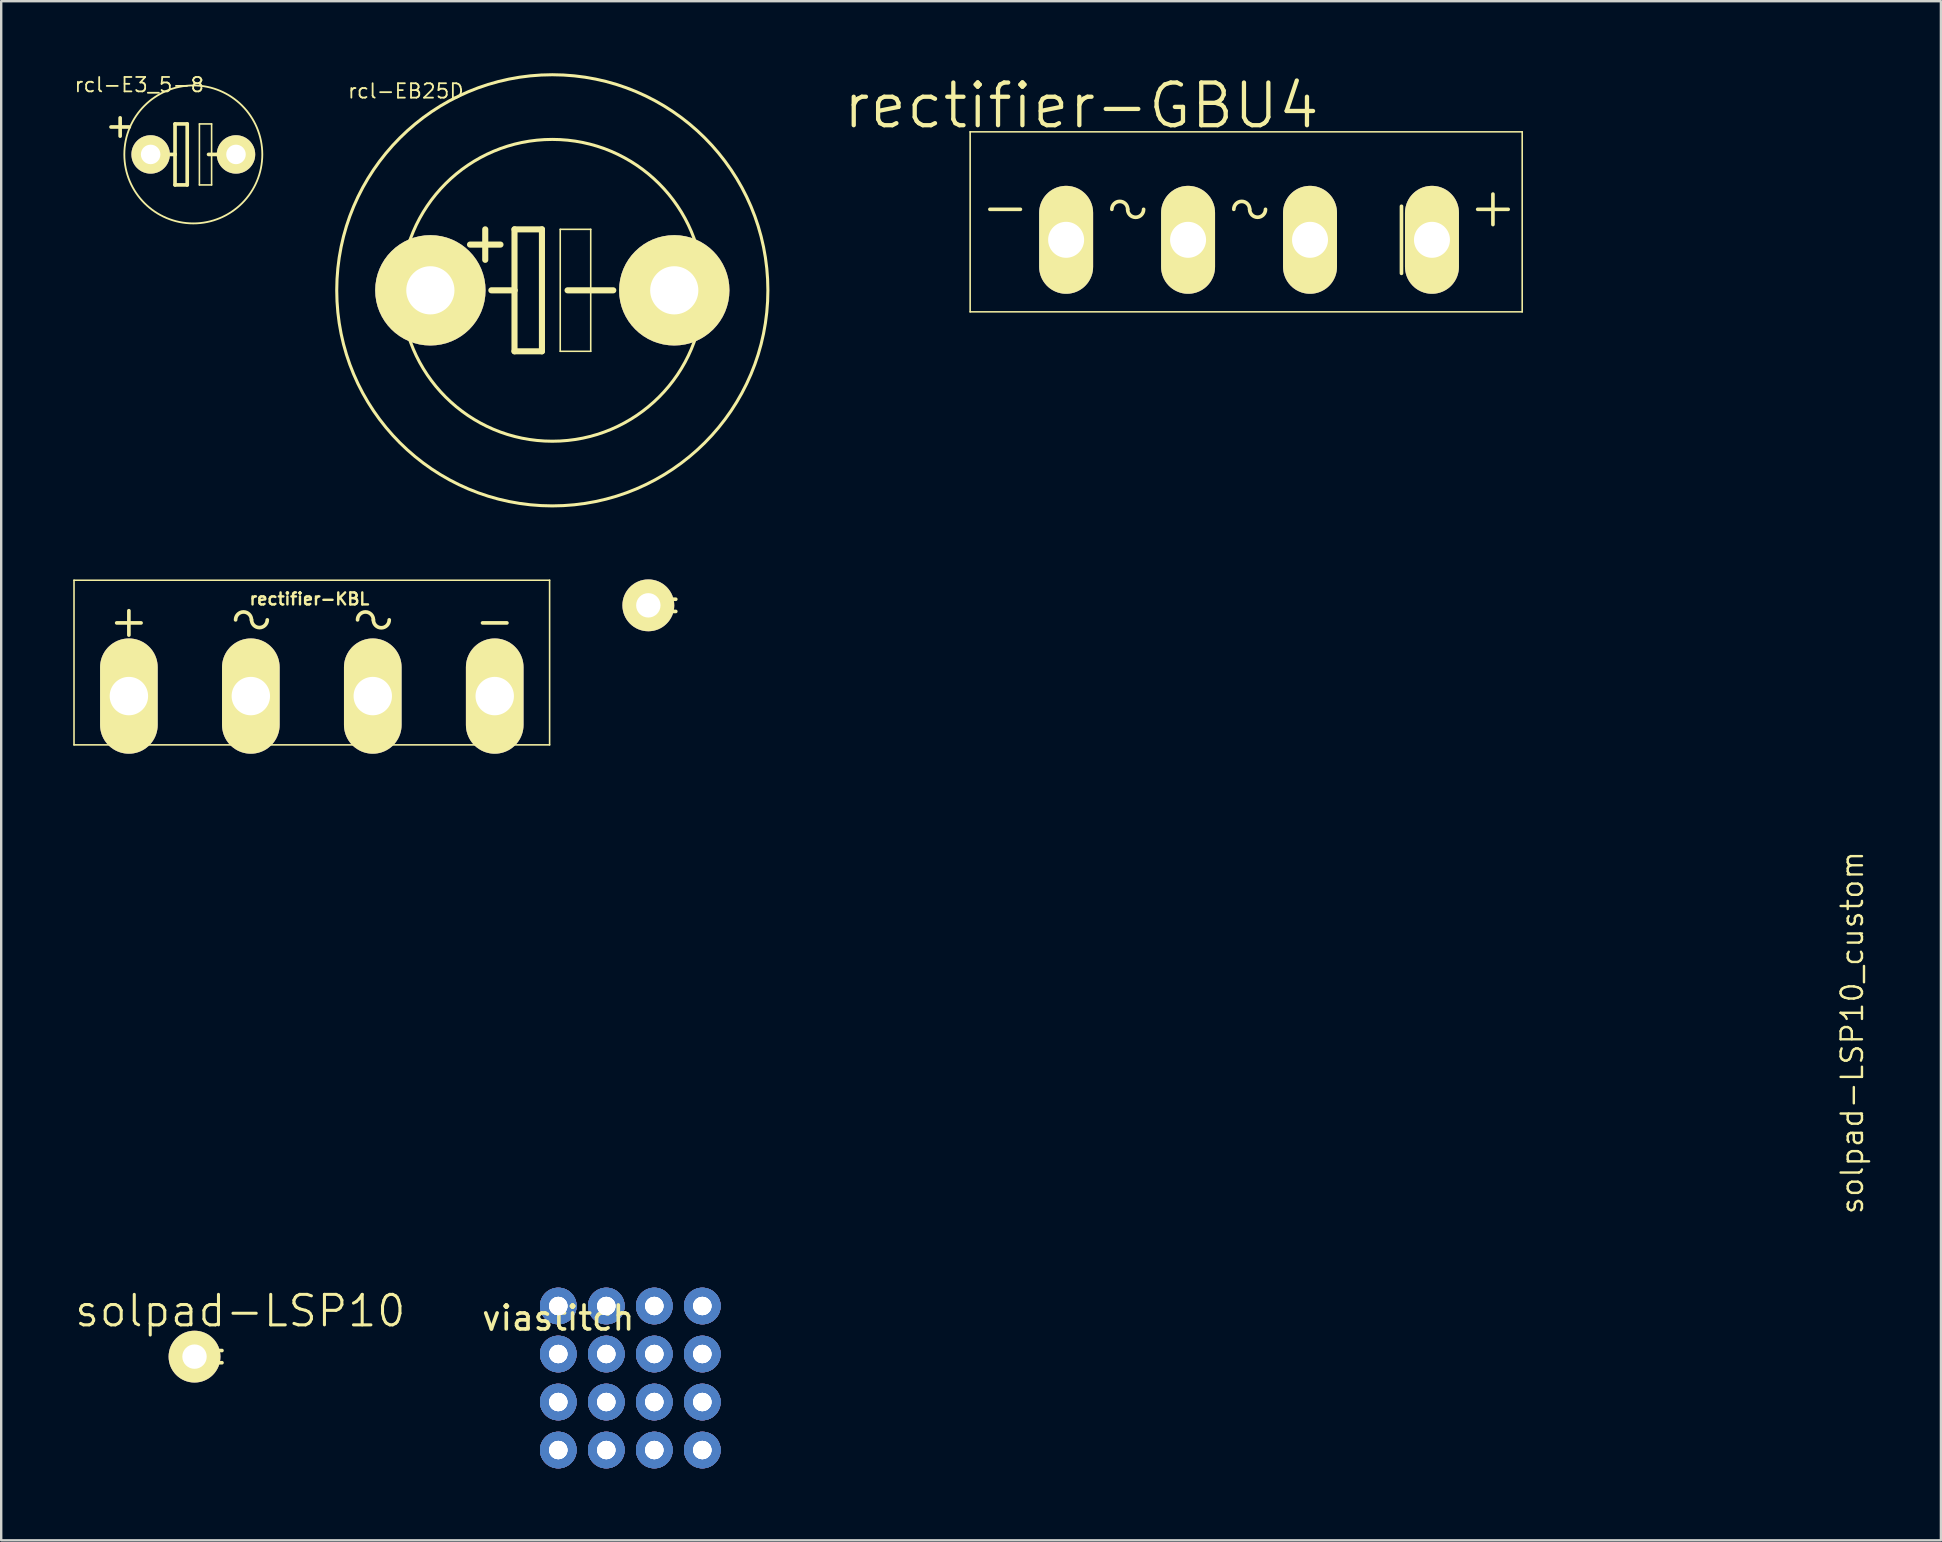
<source format=kicad_pcb>
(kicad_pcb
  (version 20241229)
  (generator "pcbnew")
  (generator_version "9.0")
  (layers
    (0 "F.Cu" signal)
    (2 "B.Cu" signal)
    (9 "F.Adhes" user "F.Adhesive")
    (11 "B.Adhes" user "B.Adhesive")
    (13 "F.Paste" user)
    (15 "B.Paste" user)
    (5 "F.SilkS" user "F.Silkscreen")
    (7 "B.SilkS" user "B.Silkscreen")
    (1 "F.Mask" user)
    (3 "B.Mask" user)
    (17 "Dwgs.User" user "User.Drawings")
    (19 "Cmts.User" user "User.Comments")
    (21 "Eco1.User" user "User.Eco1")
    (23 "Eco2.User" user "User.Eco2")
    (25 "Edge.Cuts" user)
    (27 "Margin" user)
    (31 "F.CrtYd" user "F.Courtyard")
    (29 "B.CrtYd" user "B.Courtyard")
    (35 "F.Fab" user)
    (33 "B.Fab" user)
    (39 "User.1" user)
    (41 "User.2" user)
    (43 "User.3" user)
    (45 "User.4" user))
  (footprint "viastitch"
    (layer "F.Cu")
    (at 22.207 55.355)
    (property "Reference" "viastitch" (at -2 -3.5 0) (layer "F.SilkS") (effects (font (size 1 1) (thickness 0.15))))
    (attr through_hole)
    (pad "gnd" thru_hole circle (at -2 -4) (size 1.524 1.524) (drill 0.762) (layers "*.Cu" "F.Mask"))
    (pad "gnd" thru_hole circle (at -2 -4) (size 1.524 1.524) (drill 0.762) (layers "*.Cu" "F.Mask"))
    (pad "gnd" thru_hole circle (at -2 -4) (size 1.524 1.524) (drill 0.762) (layers "*.Cu" "F.Mask"))
    (pad "gnd" thru_hole circle (at -2 -4) (size 1.524 1.524) (drill 0.762) (layers "*.Cu" "F.Mask"))
    (pad "gnd" thru_hole circle (at -2 -2) (size 1.524 1.524) (drill 0.762) (layers "*.Cu" "F.Mask"))
    (pad "gnd" thru_hole circle (at -2 -2) (size 1.524 1.524) (drill 0.762) (layers "*.Cu" "F.Mask"))
    (pad "gnd" thru_hole circle (at -2 -2) (size 1.524 1.524) (drill 0.762) (layers "*.Cu" "F.Mask"))
    (pad "gnd" thru_hole circle (at -2 -2) (size 1.524 1.524) (drill 0.762) (layers "*.Cu" "F.Mask"))
    (pad "gnd" thru_hole circle (at -2 0) (size 1.524 1.524) (drill 0.762) (layers "*.Cu" "F.Mask"))
    (pad "gnd" thru_hole circle (at -2 0) (size 1.524 1.524) (drill 0.762) (layers "*.Cu" "F.Mask"))
    (pad "gnd" thru_hole circle (at -2 0) (size 1.524 1.524) (drill 0.762) (layers "*.Cu" "F.Mask"))
    (pad "gnd" thru_hole circle (at -2 0) (size 1.524 1.524) (drill 0.762) (layers "*.Cu" "F.Mask"))
    (pad "gnd" thru_hole circle (at -2 2) (size 1.524 1.524) (drill 0.762) (layers "*.Cu" "F.Mask"))
    (pad "gnd" thru_hole circle (at -2 2) (size 1.524 1.524) (drill 0.762) (layers "*.Cu" "F.Mask"))
    (pad "gnd" thru_hole circle (at -2 2) (size 1.524 1.524) (drill 0.762) (layers "*.Cu" "F.Mask"))
    (pad "gnd" thru_hole circle (at -2 2) (size 1.524 1.524) (drill 0.762) (layers "*.Cu" "F.Mask"))
    (pad "gnd" thru_hole circle (at 0 -4) (size 1.524 1.524) (drill 0.762) (layers "*.Cu" "F.Mask"))
    (pad "gnd" thru_hole circle (at 0 -4) (size 1.524 1.524) (drill 0.762) (layers "*.Cu" "F.Mask"))
    (pad "gnd" thru_hole circle (at 0 -4) (size 1.524 1.524) (drill 0.762) (layers "*.Cu" "F.Mask"))
    (pad "gnd" thru_hole circle (at 0 -4) (size 1.524 1.524) (drill 0.762) (layers "*.Cu" "F.Mask"))
    (pad "gnd" thru_hole circle (at 0 -2) (size 1.524 1.524) (drill 0.762) (layers "*.Cu" "F.Mask"))
    (pad "gnd" thru_hole circle (at 0 -2) (size 1.524 1.524) (drill 0.762) (layers "*.Cu" "F.Mask"))
    (pad "gnd" thru_hole circle (at 0 -2) (size 1.524 1.524) (drill 0.762) (layers "*.Cu" "F.Mask"))
    (pad "gnd" thru_hole circle (at 0 -2) (size 1.524 1.524) (drill 0.762) (layers "*.Cu" "F.Mask"))
    (pad "gnd" thru_hole circle (at 0 0) (size 1.524 1.524) (drill 0.762) (layers "*.Cu" "F.Mask"))
    (pad "gnd" thru_hole circle (at 0 0) (size 1.524 1.524) (drill 0.762) (layers "*.Cu" "F.Mask"))
    (pad "gnd" thru_hole circle (at 0 0) (size 1.524 1.524) (drill 0.762) (layers "*.Cu" "F.Mask"))
    (pad "gnd" thru_hole circle (at 0 0) (size 1.524 1.524) (drill 0.762) (layers "*.Cu" "F.Mask"))
    (pad "gnd" thru_hole circle (at 0 2) (size 1.524 1.524) (drill 0.762) (layers "*.Cu" "F.Mask"))
    (pad "gnd" thru_hole circle (at 0 2) (size 1.524 1.524) (drill 0.762) (layers "*.Cu" "F.Mask"))
    (pad "gnd" thru_hole circle (at 0 2) (size 1.524 1.524) (drill 0.762) (layers "*.Cu" "F.Mask"))
    (pad "gnd" thru_hole circle (at 0 2) (size 1.524 1.524) (drill 0.762) (layers "*.Cu" "F.Mask"))
    (pad "gnd" thru_hole circle (at 2 -4) (size 1.524 1.524) (drill 0.762) (layers "*.Cu" "F.Mask"))
    (pad "gnd" thru_hole circle (at 2 -4) (size 1.524 1.524) (drill 0.762) (layers "*.Cu" "F.Mask"))
    (pad "gnd" thru_hole circle (at 2 -4) (size 1.524 1.524) (drill 0.762) (layers "*.Cu" "F.Mask"))
    (pad "gnd" thru_hole circle (at 2 -4) (size 1.524 1.524) (drill 0.762) (layers "*.Cu" "F.Mask"))
    (pad "gnd" thru_hole circle (at 2 -2) (size 1.524 1.524) (drill 0.762) (layers "*.Cu" "F.Mask"))
    (pad "gnd" thru_hole circle (at 2 -2) (size 1.524 1.524) (drill 0.762) (layers "*.Cu" "F.Mask"))
    (pad "gnd" thru_hole circle (at 2 -2) (size 1.524 1.524) (drill 0.762) (layers "*.Cu" "F.Mask"))
    (pad "gnd" thru_hole circle (at 2 -2) (size 1.524 1.524) (drill 0.762) (layers "*.Cu" "F.Mask"))
    (pad "gnd" thru_hole circle (at 2 0) (size 1.524 1.524) (drill 0.762) (layers "*.Cu" "F.Mask"))
    (pad "gnd" thru_hole circle (at 2 0) (size 1.524 1.524) (drill 0.762) (layers "*.Cu" "F.Mask"))
    (pad "gnd" thru_hole circle (at 2 0) (size 1.524 1.524) (drill 0.762) (layers "*.Cu" "F.Mask"))
    (pad "gnd" thru_hole circle (at 2 0) (size 1.524 1.524) (drill 0.762) (layers "*.Cu" "F.Mask"))
    (pad "gnd" thru_hole circle (at 2 2) (size 1.524 1.524) (drill 0.762) (layers "*.Cu" "F.Mask"))
    (pad "gnd" thru_hole circle (at 2 2) (size 1.524 1.524) (drill 0.762) (layers "*.Cu" "F.Mask"))
    (pad "gnd" thru_hole circle (at 2 2) (size 1.524 1.524) (drill 0.762) (layers "*.Cu" "F.Mask"))
    (pad "gnd" thru_hole circle (at 2 2) (size 1.524 1.524) (drill 0.762) (layers "*.Cu" "F.Mask"))
    (pad "gnd" thru_hole circle (at 4 -4) (size 1.524 1.524) (drill 0.762) (layers "*.Cu" "F.Mask"))
    (pad "gnd" thru_hole circle (at 4 -4) (size 1.524 1.524) (drill 0.762) (layers "*.Cu" "F.Mask"))
    (pad "gnd" thru_hole circle (at 4 -4) (size 1.524 1.524) (drill 0.762) (layers "*.Cu" "F.Mask"))
    (pad "gnd" thru_hole circle (at 4 -4) (size 1.524 1.524) (drill 0.762) (layers "*.Cu" "F.Mask"))
    (pad "gnd" thru_hole circle (at 4 -2) (size 1.524 1.524) (drill 0.762) (layers "*.Cu" "F.Mask"))
    (pad "gnd" thru_hole circle (at 4 -2) (size 1.524 1.524) (drill 0.762) (layers "*.Cu" "F.Mask"))
    (pad "gnd" thru_hole circle (at 4 -2) (size 1.524 1.524) (drill 0.762) (layers "*.Cu" "F.Mask"))
    (pad "gnd" thru_hole circle (at 4 -2) (size 1.524 1.524) (drill 0.762) (layers "*.Cu" "F.Mask"))
    (pad "gnd" thru_hole circle (at 4 0) (size 1.524 1.524) (drill 0.762) (layers "*.Cu" "F.Mask"))
    (pad "gnd" thru_hole circle (at 4 0) (size 1.524 1.524) (drill 0.762) (layers "*.Cu" "F.Mask"))
    (pad "gnd" thru_hole circle (at 4 0) (size 1.524 1.524) (drill 0.762) (layers "*.Cu" "F.Mask"))
    (pad "gnd" thru_hole circle (at 4 0) (size 1.524 1.524) (drill 0.762) (layers "*.Cu" "F.Mask"))
    (pad "gnd" thru_hole circle (at 4 2) (size 1.524 1.524) (drill 0.762) (layers "*.Cu" "F.Mask"))
    (pad "gnd" thru_hole circle (at 4 2) (size 1.524 1.524) (drill 0.762) (layers "*.Cu" "F.Mask"))
    (pad "gnd" thru_hole circle (at 4 2) (size 1.524 1.524) (drill 0.762) (layers "*.Cu" "F.Mask"))
    (pad "gnd" thru_hole circle (at 4 2) (size 1.524 1.524) (drill 0.762) (layers "*.Cu" "F.Mask")))
  (footprint "solpad-LSP10"
    (placed yes)
    (layer "F.Cu")
    (at 5.053 53.464)
    (property "Reference" "solpad-LSP10" (at 1.905 -1.905 0) (layer "F.SilkS") (effects (font (size 1.27 1.27) (thickness 0.127))))
    (attr exclude_from_pos_files exclude_from_bom)
    (fp_line (start -0.635 -0.254) (end -0.635 0.254) (stroke (width 0.152) (type solid)) (layer "F.SilkS"))
    (fp_line (start -0.635 0.254) (end 0.635 0.254) (stroke (width 0.152) (type solid)) (layer "F.SilkS"))
    (fp_line (start 0.635 -0.254) (end -0.635 -0.254) (stroke (width 0.152) (type solid)) (layer "F.SilkS"))
    (fp_line (start 0.635 -0.254) (end 0.635 0.254) (stroke (width 0.152) (type solid)) (layer "F.SilkS"))
    (fp_line (start 0.635 0.254) (end 1.143 0.254) (stroke (width 0.152) (type solid)) (layer "F.SilkS"))
    (fp_line (start 1.143 -0.254) (end 0.635 -0.254) (stroke (width 0.152) (type solid)) (layer "F.SilkS"))
    (pad "MP" thru_hole circle (at 0 0) (size 2.159 2.159) (drill 1.016) (layers "*.Cu" "F.Mask" "F.SilkS" "F.Paste")))
  (footprint "rcl-E3_5-8"
    (layer "F.Cu")
    (at 5.003 3.383)
    (property "Reference" "rcl-E3_5-8" (at -2.25 -2.9 0) (layer "F.SilkS") (effects (font (size 0.6 0.6) (thickness 0.075))))
    (attr exclude_from_pos_files exclude_from_bom)
    (fp_line (start -3.429 -1.143) (end -2.667 -1.143) (stroke (width 0.152) (type solid)) (layer "F.SilkS"))
    (fp_line (start -3.048 -0.762) (end -3.048 -1.524) (stroke (width 0.152) (type solid)) (layer "F.SilkS"))
    (fp_line (start -1.651 0) (end -0.762 0) (stroke (width 0.152) (type solid)) (layer "F.SilkS"))
    (fp_line (start -0.762 -1.27) (end -0.762 0) (stroke (width 0.152) (type solid)) (layer "F.SilkS"))
    (fp_line (start -0.762 0) (end -0.762 1.27) (stroke (width 0.152) (type solid)) (layer "F.SilkS"))
    (fp_line (start -0.762 1.27) (end -0.254 1.27) (stroke (width 0.152) (type solid)) (layer "F.SilkS"))
    (fp_line (start -0.254 -1.27) (end -0.762 -1.27) (stroke (width 0.152) (type solid)) (layer "F.SilkS"))
    (fp_line (start -0.254 1.27) (end -0.254 -1.27) (stroke (width 0.152) (type solid)) (layer "F.SilkS"))
    (fp_line (start 0.254 -1.27) (end 0.762 -1.27) (stroke (width 0.066) (type solid)) (layer "F.SilkS"))
    (fp_line (start 0.254 1.27) (end 0.254 -1.27) (stroke (width 0.066) (type solid)) (layer "F.SilkS"))
    (fp_line (start 0.254 1.27) (end 0.762 1.27) (stroke (width 0.066) (type solid)) (layer "F.SilkS"))
    (fp_line (start 0.635 0) (end 1.651 0) (stroke (width 0.152) (type solid)) (layer "F.SilkS"))
    (fp_line (start 0.762 1.27) (end 0.762 -1.27) (stroke (width 0.066) (type solid)) (layer "F.SilkS"))
    (fp_circle (center 0 0) (end -2.032 2.032) (stroke (width 0.076) (type solid)) (fill no) (layer "F.SilkS"))
    (pad "+" thru_hole circle (at -1.778 0) (size 1.6 1.6) (drill 0.813) (layers "*.Cu" "F.Mask" "F.SilkS" "F.Paste"))
    (pad "-" thru_hole circle (at 1.778 0) (size 1.6 1.6) (drill 0.813) (layers "*.Cu" "F.Mask" "F.SilkS" "F.Paste")))
  (footprint "solpad-LSP10_custom"
    (placed yes)
    (layer "F.Cu")
    (at 23.958 22.167)
    (property "Reference" "solpad-LSP10_custom" (at 50.15 17.8 90) (layer "F.SilkS") (effects (font (size 0.89 0.89) (thickness 0.1))))
    (attr exclude_from_pos_files exclude_from_bom)
    (fp_line (start -0.635 -0.254) (end -0.635 0.254) (stroke (width 0.152) (type solid)) (layer "F.SilkS"))
    (fp_line (start -0.635 0.254) (end 0.635 0.254) (stroke (width 0.152) (type solid)) (layer "F.SilkS"))
    (fp_line (start 0.635 -0.254) (end -0.635 -0.254) (stroke (width 0.152) (type solid)) (layer "F.SilkS"))
    (fp_line (start 0.635 -0.254) (end 0.635 0.254) (stroke (width 0.152) (type solid)) (layer "F.SilkS"))
    (fp_line (start 0.635 0.254) (end 1.143 0.254) (stroke (width 0.152) (type solid)) (layer "F.SilkS"))
    (fp_line (start 1.143 -0.254) (end 0.635 -0.254) (stroke (width 0.152) (type solid)) (layer "F.SilkS"))
    (pad "1" thru_hole circle (at 0 0) (size 2.159 2.159) (drill 1.016) (layers "*.Cu" "*.Mask" "F.SilkS" "F.Paste")))
  (footprint "rectifier-KBL"
    (layer "F.Cu")
    (at 9.939 24.677)
    (property "Reference" "rectifier-KBL" (at -0.1 -2.775 0) (layer "F.SilkS") (effects (font (size 0.5 0.5) (thickness 0.1))))
    (attr exclude_from_pos_files exclude_from_bom)
    (fp_line (start -9.906 -3.556) (end 9.906 -3.556) (stroke (width 0.066) (type solid)) (layer "F.SilkS"))
    (fp_line (start -9.906 3.302) (end -9.906 -3.556) (stroke (width 0.066) (type solid)) (layer "F.SilkS"))
    (fp_line (start -9.906 3.302) (end 9.906 3.302) (stroke (width 0.066) (type solid)) (layer "F.SilkS"))
    (fp_line (start -8.128 -1.778) (end -7.112 -1.778) (stroke (width 0.152) (type solid)) (layer "F.SilkS"))
    (fp_line (start -7.62 -1.27) (end -7.62 -2.286) (stroke (width 0.152) (type solid)) (layer "F.SilkS"))
    (fp_line (start 7.112 -1.778) (end 8.128 -1.778) (stroke (width 0.152) (type solid)) (layer "F.SilkS"))
    (fp_line (start 9.906 3.302) (end 9.906 -3.556) (stroke (width 0.066) (type solid)) (layer "F.SilkS"))
    (fp_arc (start -3.175 -1.905) (mid -2.8448 -2.2352) (end -2.5146 -1.905) (stroke (width 0.1524) (type solid)) (layer "F.SilkS"))
    (fp_arc (start -1.8542 -1.905) (mid -2.18186 -1.57734) (end -2.50952 -1.905) (stroke (width 0.1524) (type solid)) (layer "F.SilkS"))
    (fp_arc (start 1.905 -1.905) (mid 2.2352 -2.2352) (end 2.5654 -1.905) (stroke (width 0.1524) (type solid)) (layer "F.SilkS"))
    (fp_arc (start 3.2258 -1.905) (mid 2.8956 -1.5748) (end 2.5654 -1.905) (stroke (width 0.1524) (type solid)) (layer "F.SilkS"))
    (pad "+" thru_hole oval (at -7.62 1.27 180) (size 2.4 4.801) (drill 1.6) (layers "*.Cu" "F.Mask" "F.SilkS"))
    (pad "-" thru_hole oval (at 7.62 1.27 180) (size 2.4 4.801) (drill 1.6) (layers "*.Cu" "F.Mask" "F.SilkS"))
    (pad "AC1" thru_hole oval (at 2.54 1.27 180) (size 2.4 4.801) (drill 1.6) (layers "*.Cu" "F.Mask" "F.SilkS"))
    (pad "AC2" thru_hole oval (at -2.54 1.27 180) (size 2.4 4.801) (drill 1.6) (layers "*.Cu" "F.Mask" "F.SilkS")))
  (footprint "rcl-EB25D"
    (layer "F.Cu")
    (at 19.958 9.044)
    (property "Reference" "rcl-EB25D" (at -6.1 -8.3 0) (layer "F.SilkS") (effects (font (size 0.6 0.6) (thickness 0.075))))
    (attr exclude_from_pos_files exclude_from_bom)
    (fp_line (start -2.794 -2.54) (end -2.794 -1.27) (stroke (width 0.254) (type solid)) (layer "F.SilkS"))
    (fp_line (start -2.54 0) (end -1.575 0) (stroke (width 0.254) (type solid)) (layer "F.SilkS"))
    (fp_line (start -2.159 -1.905) (end -3.429 -1.905) (stroke (width 0.254) (type solid)) (layer "F.SilkS"))
    (fp_line (start -1.575 -2.54) (end -0.432 -2.54) (stroke (width 0.254) (type solid)) (layer "F.SilkS"))
    (fp_line (start -1.575 0) (end -1.575 -2.54) (stroke (width 0.254) (type solid)) (layer "F.SilkS"))
    (fp_line (start -1.575 2.54) (end -1.575 0) (stroke (width 0.254) (type solid)) (layer "F.SilkS"))
    (fp_line (start -0.432 -2.54) (end -0.432 2.54) (stroke (width 0.254) (type solid)) (layer "F.SilkS"))
    (fp_line (start -0.432 2.54) (end -1.575 2.54) (stroke (width 0.254) (type solid)) (layer "F.SilkS"))
    (fp_line (start 0.33 -2.54) (end 1.6 -2.54) (stroke (width 0.066) (type solid)) (layer "F.SilkS"))
    (fp_line (start 0.33 2.54) (end 0.33 -2.54) (stroke (width 0.066) (type solid)) (layer "F.SilkS"))
    (fp_line (start 0.33 2.54) (end 1.6 2.54) (stroke (width 0.066) (type solid)) (layer "F.SilkS"))
    (fp_line (start 0.635 0) (end 2.54 0) (stroke (width 0.254) (type solid)) (layer "F.SilkS"))
    (fp_line (start 1.6 2.54) (end 1.6 -2.54) (stroke (width 0.066) (type solid)) (layer "F.SilkS"))
    (fp_circle (center 0 0) (end -6.35 6.35) (stroke (width 0.127) (type solid)) (fill no) (layer "F.SilkS"))
    (fp_circle (center 0 0) (end -4.445 4.445) (stroke (width 0.127) (type solid)) (fill no) (layer "F.SilkS"))
    (pad "1" thru_hole circle (at -5.08 0) (size 4.597 4.597) (drill 2.007) (layers "*.Cu" "F.Mask" "F.SilkS" "F.Paste"))
    (pad "2" thru_hole circle (at 5.08 0) (size 4.597 4.597) (drill 2.007) (layers "*.Cu" "F.Mask" "F.SilkS" "F.Paste")))
  (footprint "rectifier-GBU4"
    (layer "F.Cu")
    (at 48.982 6.94)
    (property "Reference" "rectifier-GBU4" (at -6.985 -5.588 0) (layer "F.SilkS") (effects (font (size 1.778 1.778) (thickness 0.178))))
    (attr exclude_from_pos_files exclude_from_bom)
    (fp_line (start -11.618 -4.498) (end 11.379 -4.498) (stroke (width 0.066) (type solid)) (layer "F.SilkS"))
    (fp_line (start -11.618 3) (end -11.618 -4.498) (stroke (width 0.066) (type solid)) (layer "F.SilkS"))
    (fp_line (start -11.618 3) (end 11.379 3) (stroke (width 0.066) (type solid)) (layer "F.SilkS"))
    (fp_line (start -10.795 -1.27) (end -9.525 -1.27) (stroke (width 0.152) (type solid)) (layer "F.SilkS"))
    (fp_line (start 6.35 1.397) (end 6.35 -1.397) (stroke (width 0.152) (type solid)) (layer "F.SilkS"))
    (fp_line (start 9.525 -1.27) (end 10.795 -1.27) (stroke (width 0.152) (type solid)) (layer "F.SilkS"))
    (fp_line (start 10.16 -1.905) (end 10.16 -0.635) (stroke (width 0.152) (type solid)) (layer "F.SilkS"))
    (fp_line (start 11.379 3) (end 11.379 -4.498) (stroke (width 0.066) (type solid)) (layer "F.SilkS"))
    (fp_arc (start -5.715 -1.27) (mid -5.3848 -1.6002) (end -5.0546 -1.27) (stroke (width 0.1524) (type solid)) (layer "F.SilkS"))
    (fp_arc (start -4.39166 -1.27) (mid -4.7244 -0.93726) (end -5.05714 -1.27) (stroke (width 0.1524) (type solid)) (layer "F.SilkS"))
    (fp_arc (start -0.635 -1.27) (mid -0.3048 -1.6002) (end 0.0254 -1.27) (stroke (width 0.1524) (type solid)) (layer "F.SilkS"))
    (fp_arc (start 0.6858 -1.27) (mid 0.3556 -0.9398) (end 0.0254 -1.27) (stroke (width 0.1524) (type solid)) (layer "F.SilkS"))
    (pad "+" thru_hole oval (at 7.62 0 180) (size 2.248 4.496) (drill 1.499) (layers "*.Cu" "F.Mask" "F.SilkS" "F.Paste"))
    (pad "-" thru_hole oval (at -7.62 0 180) (size 2.248 4.496) (drill 1.499) (layers "*.Cu" "F.Mask" "F.SilkS" "F.Paste"))
    (pad "AC1" thru_hole oval (at 2.54 0 180) (size 2.248 4.496) (drill 1.499) (layers "*.Cu" "F.Mask" "F.SilkS" "F.Paste"))
    (pad "AC2" thru_hole oval (at -2.54 0 180) (size 2.248 4.496) (drill 1.499) (layers "*.Cu" "F.Mask" "F.SilkS" "F.Paste")))
  (gr_rect
    (start -3 -3)
    (end 77.804 61.117)
    (stroke (width 0.1) (type default))
    (fill no)
    (layer "Edge.Cuts")))
</source>
